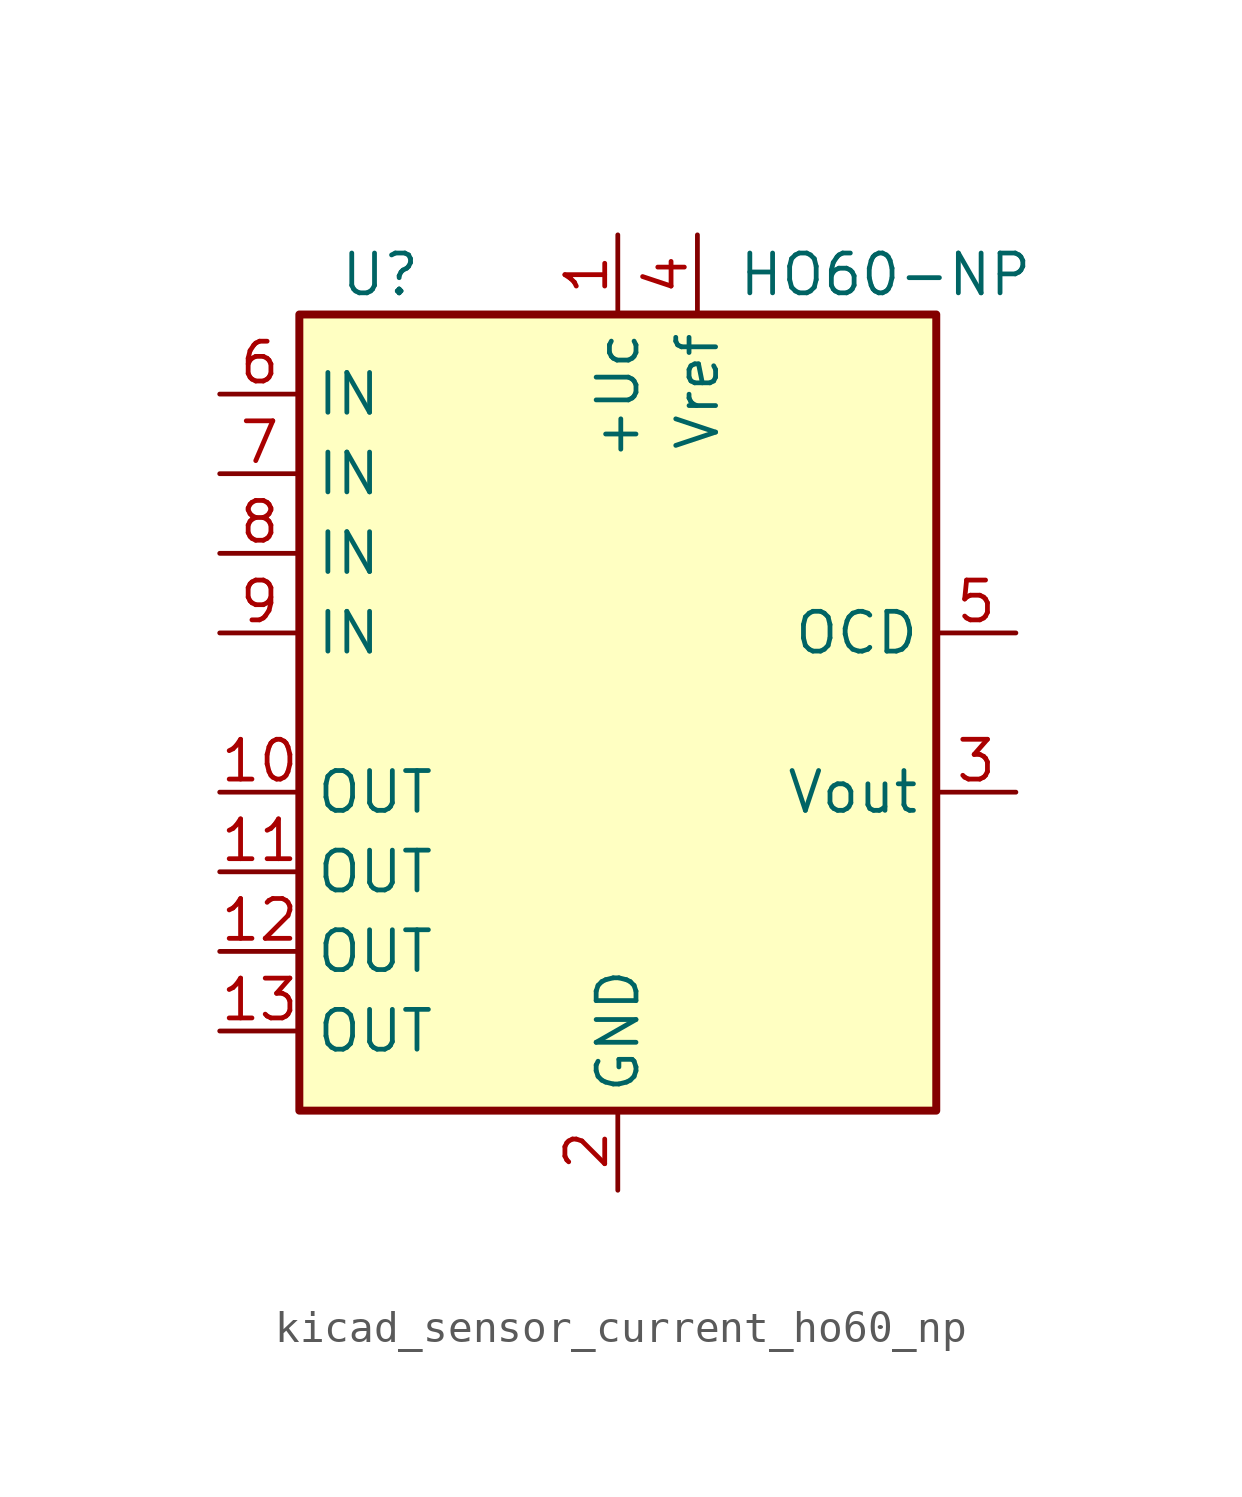
<source format=kicad_sym>
(kicad_symbol_lib
  (version 20220914)
  (generator kicad_symbol_editor)
  (symbol "kicad_sensor_current_ho60_np"
    (property "Reference" "U"
      (at -8.89 13.97 0)
      (effects (font (size 1.27 1.27)) (justify left)))
    (property "Value" "HO60-NP"
      (at 3.81 13.97 0)
      (effects (font (size 1.27 1.27)) (justify left)))
    (symbol "kicad_sensor_current_ho60_np_0_1"
      (rectangle (start -10.16 12.7) (end 10.16 -12.7) (stroke (width 0.254) (type default)) (fill (type background))))
    (symbol "kicad_sensor_current_ho60_np_1_1"
      (pin power_in line (at 0 15.24 270) (length 2.54) (name "+Uc" (effects (font (size 1.27 1.27)))) (number "1" (effects (font (size 1.27 1.27)))))
      (pin passive line (at -12.7 -2.54 0) (length 2.54) (name "OUT" (effects (font (size 1.27 1.27)))) (number "10" (effects (font (size 1.27 1.27)))))
      (pin passive line (at -12.7 -5.08 0) (length 2.54) (name "OUT" (effects (font (size 1.27 1.27)))) (number "11" (effects (font (size 1.27 1.27)))))
      (pin passive line (at -12.7 -7.62 0) (length 2.54) (name "OUT" (effects (font (size 1.27 1.27)))) (number "12" (effects (font (size 1.27 1.27)))))
      (pin passive line (at -12.7 -10.16 0) (length 2.54) (name "OUT" (effects (font (size 1.27 1.27)))) (number "13" (effects (font (size 1.27 1.27)))))
      (pin power_in line (at 0 -15.24 90) (length 2.54) (name "GND" (effects (font (size 1.27 1.27)))) (number "2" (effects (font (size 1.27 1.27)))))
      (pin output line (at 12.7 -2.54 180) (length 2.54) (name "Vout" (effects (font (size 1.27 1.27)))) (number "3" (effects (font (size 1.27 1.27)))))
      (pin passive line (at 2.54 15.24 270) (length 2.54) (name "Vref" (effects (font (size 1.27 1.27)))) (number "4" (effects (font (size 1.27 1.27)))))
      (pin open_collector line (at 12.7 2.54 180) (length 2.54) (name "OCD" (effects (font (size 1.27 1.27)))) (number "5" (effects (font (size 1.27 1.27)))))
      (pin passive line (at -12.7 10.16 0) (length 2.54) (name "IN" (effects (font (size 1.27 1.27)))) (number "6" (effects (font (size 1.27 1.27)))))
      (pin passive line (at -12.7 7.62 0) (length 2.54) (name "IN" (effects (font (size 1.27 1.27)))) (number "7" (effects (font (size 1.27 1.27)))))
      (pin passive line (at -12.7 5.08 0) (length 2.54) (name "IN" (effects (font (size 1.27 1.27)))) (number "8" (effects (font (size 1.27 1.27)))))
      (pin passive line (at -12.7 2.54 0) (length 2.54) (name "IN" (effects (font (size 1.27 1.27)))) (number "9" (effects (font (size 1.27 1.27))))))))
</source>
